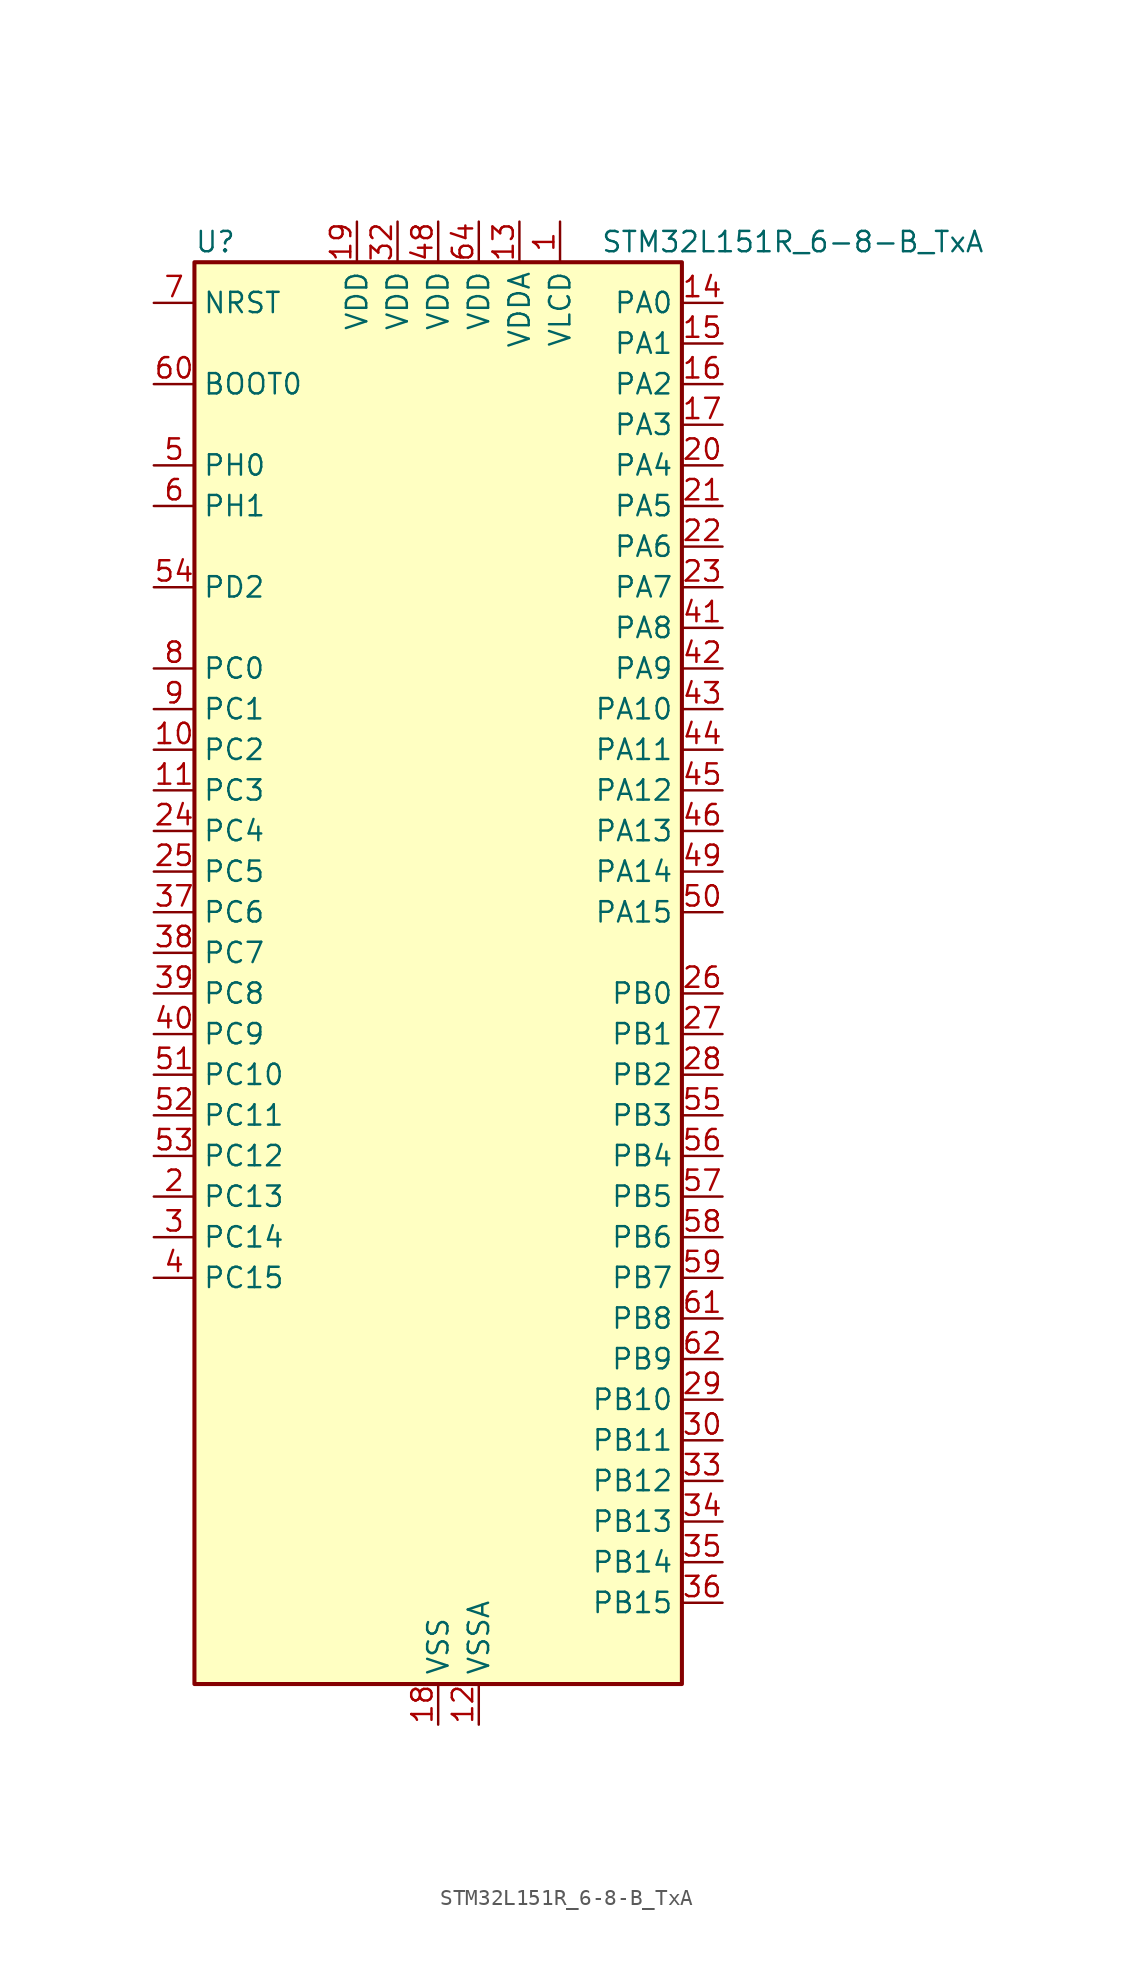
<source format=kicad_sym>
(kicad_symbol_lib
  (version 20220914)
  (generator kicad_symbol_editor)
  (symbol "STM32L151R_6-8-B_TxA"
    (property "Reference" "U"
      (at -15.24 46.99 0)
      (effects (font (size 1.27 1.27)) (justify left)))
    (property "Value" "STM32L151R_6-8-B_TxA"
      (at 10.16 46.99 0)
      (effects (font (size 1.27 1.27)) (justify left)))
    (property "ki_locked" ""
      (at 0 0 0)
      (effects (font (size 1.27 1.27))))
    (symbol "STM32L151R_6-8-B_TxA_0_1"
      (rectangle (start -15.24 -43.18) (end 15.24 45.72) (stroke (width 0.254) (type default)) (fill (type background))))
    (symbol "STM32L151R_6-8-B_TxA_1_1"
      (pin power_in line (at 7.62 48.26 270) (length 2.54) (name "VLCD" (effects (font (size 1.27 1.27)))) (number "1" (effects (font (size 1.27 1.27)))))
      (pin bidirectional line (at -17.78 15.24 0) (length 2.54) (name "PC2" (effects (font (size 1.27 1.27)))) (number "10" (effects (font (size 1.27 1.27)))) (alternate "ADC_IN12" bidirectional line) (alternate "COMP1_INP" bidirectional line) (alternate "TIMX_IC3" bidirectional line) (alternate "TS_G8_IO3" bidirectional line))
      (pin bidirectional line (at -17.78 12.7 0) (length 2.54) (name "PC3" (effects (font (size 1.27 1.27)))) (number "11" (effects (font (size 1.27 1.27)))) (alternate "ADC_IN13" bidirectional line) (alternate "COMP1_INP" bidirectional line) (alternate "TIMX_IC4" bidirectional line) (alternate "TS_G8_IO4" bidirectional line))
      (pin power_in line (at 2.54 -45.72 90) (length 2.54) (name "VSSA" (effects (font (size 1.27 1.27)))) (number "12" (effects (font (size 1.27 1.27)))))
      (pin power_in line (at 5.08 48.26 270) (length 2.54) (name "VDDA" (effects (font (size 1.27 1.27)))) (number "13" (effects (font (size 1.27 1.27)))))
      (pin bidirectional line (at 17.78 43.18 180) (length 2.54) (name "PA0" (effects (font (size 1.27 1.27)))) (number "14" (effects (font (size 1.27 1.27)))) (alternate "ADC_IN0" bidirectional line) (alternate "COMP1_INP" bidirectional line) (alternate "RTC_TAMP2" bidirectional line) (alternate "SYS_WKUP1" bidirectional line) (alternate "TIM2_CH1" bidirectional line) (alternate "TIM2_ETR" bidirectional line) (alternate "TIMX_IC1" bidirectional line) (alternate "TS_G1_IO1" bidirectional line) (alternate "USART2_CTS" bidirectional line))
      (pin bidirectional line (at 17.78 40.64 180) (length 2.54) (name "PA1" (effects (font (size 1.27 1.27)))) (number "15" (effects (font (size 1.27 1.27)))) (alternate "ADC_IN1" bidirectional line) (alternate "COMP1_INP" bidirectional line) (alternate "TIM2_CH2" bidirectional line) (alternate "TIMX_IC2" bidirectional line) (alternate "TS_G1_IO2" bidirectional line) (alternate "USART2_RTS" bidirectional line))
      (pin bidirectional line (at 17.78 38.1 180) (length 2.54) (name "PA2" (effects (font (size 1.27 1.27)))) (number "16" (effects (font (size 1.27 1.27)))) (alternate "ADC_IN2" bidirectional line) (alternate "COMP1_INP" bidirectional line) (alternate "TIM2_CH3" bidirectional line) (alternate "TIM9_CH1" bidirectional line) (alternate "TIMX_IC3" bidirectional line) (alternate "TS_G1_IO3" bidirectional line) (alternate "USART2_TX" bidirectional line))
      (pin bidirectional line (at 17.78 35.56 180) (length 2.54) (name "PA3" (effects (font (size 1.27 1.27)))) (number "17" (effects (font (size 1.27 1.27)))) (alternate "ADC_IN3" bidirectional line) (alternate "COMP1_INP" bidirectional line) (alternate "TIM2_CH4" bidirectional line) (alternate "TIM9_CH2" bidirectional line) (alternate "TIMX_IC4" bidirectional line) (alternate "TS_G1_IO4" bidirectional line) (alternate "USART2_RX" bidirectional line))
      (pin power_in line (at 0 -45.72 90) (length 2.54) (name "VSS" (effects (font (size 1.27 1.27)))) (number "18" (effects (font (size 1.27 1.27)))))
      (pin power_in line (at -5.08 48.26 270) (length 2.54) (name "VDD" (effects (font (size 1.27 1.27)))) (number "19" (effects (font (size 1.27 1.27)))))
      (pin bidirectional line (at -17.78 -12.7 0) (length 2.54) (name "PC13" (effects (font (size 1.27 1.27)))) (number "2" (effects (font (size 1.27 1.27)))) (alternate "RTC_OUT_ALARM" bidirectional line) (alternate "RTC_OUT_CALIB" bidirectional line) (alternate "RTC_TAMP1" bidirectional line) (alternate "RTC_TS" bidirectional line) (alternate "SYS_WKUP2" bidirectional line) (alternate "TIMX_IC2" bidirectional line))
      (pin bidirectional line (at 17.78 33.02 180) (length 2.54) (name "PA4" (effects (font (size 1.27 1.27)))) (number "20" (effects (font (size 1.27 1.27)))) (alternate "ADC_IN4" bidirectional line) (alternate "COMP1_INP" bidirectional line) (alternate "DAC_OUT1" bidirectional line) (alternate "SPI1_NSS" bidirectional line) (alternate "TIMX_IC1" bidirectional line) (alternate "USART2_CK" bidirectional line))
      (pin bidirectional line (at 17.78 30.48 180) (length 2.54) (name "PA5" (effects (font (size 1.27 1.27)))) (number "21" (effects (font (size 1.27 1.27)))) (alternate "ADC_IN5" bidirectional line) (alternate "COMP1_INP" bidirectional line) (alternate "DAC_OUT2" bidirectional line) (alternate "SPI1_SCK" bidirectional line) (alternate "TIM2_CH1" bidirectional line) (alternate "TIM2_ETR" bidirectional line) (alternate "TIMX_IC2" bidirectional line))
      (pin bidirectional line (at 17.78 27.94 180) (length 2.54) (name "PA6" (effects (font (size 1.27 1.27)))) (number "22" (effects (font (size 1.27 1.27)))) (alternate "ADC_IN6" bidirectional line) (alternate "COMP1_INP" bidirectional line) (alternate "SPI1_MISO" bidirectional line) (alternate "TIM10_CH1" bidirectional line) (alternate "TIM3_CH1" bidirectional line) (alternate "TIMX_IC3" bidirectional line) (alternate "TS_G2_IO1" bidirectional line))
      (pin bidirectional line (at 17.78 25.4 180) (length 2.54) (name "PA7" (effects (font (size 1.27 1.27)))) (number "23" (effects (font (size 1.27 1.27)))) (alternate "ADC_IN7" bidirectional line) (alternate "COMP1_INP" bidirectional line) (alternate "SPI1_MOSI" bidirectional line) (alternate "TIM11_CH1" bidirectional line) (alternate "TIM3_CH2" bidirectional line) (alternate "TIMX_IC4" bidirectional line) (alternate "TS_G2_IO2" bidirectional line))
      (pin bidirectional line (at -17.78 10.16 0) (length 2.54) (name "PC4" (effects (font (size 1.27 1.27)))) (number "24" (effects (font (size 1.27 1.27)))) (alternate "ADC_IN14" bidirectional line) (alternate "COMP1_INP" bidirectional line) (alternate "TIMX_IC1" bidirectional line) (alternate "TS_G9_IO1" bidirectional line))
      (pin bidirectional line (at -17.78 7.62 0) (length 2.54) (name "PC5" (effects (font (size 1.27 1.27)))) (number "25" (effects (font (size 1.27 1.27)))) (alternate "ADC_IN15" bidirectional line) (alternate "COMP1_INP" bidirectional line) (alternate "TIMX_IC2" bidirectional line) (alternate "TS_G9_IO2" bidirectional line))
      (pin bidirectional line (at 17.78 0 180) (length 2.54) (name "PB0" (effects (font (size 1.27 1.27)))) (number "26" (effects (font (size 1.27 1.27)))) (alternate "ADC_IN8" bidirectional line) (alternate "COMP1_INP" bidirectional line) (alternate "SYS_V_REF_OUT" bidirectional line) (alternate "TIM3_CH3" bidirectional line) (alternate "TS_G3_IO1" bidirectional line))
      (pin bidirectional line (at 17.78 -2.54 180) (length 2.54) (name "PB1" (effects (font (size 1.27 1.27)))) (number "27" (effects (font (size 1.27 1.27)))) (alternate "ADC_IN9" bidirectional line) (alternate "COMP1_INP" bidirectional line) (alternate "SYS_V_REF_OUT" bidirectional line) (alternate "TIM3_CH4" bidirectional line) (alternate "TS_G3_IO2" bidirectional line))
      (pin bidirectional line (at 17.78 -5.08 180) (length 2.54) (name "PB2" (effects (font (size 1.27 1.27)))) (number "28" (effects (font (size 1.27 1.27)))) (alternate "TS_G3_IO3" bidirectional line))
      (pin bidirectional line (at 17.78 -25.4 180) (length 2.54) (name "PB10" (effects (font (size 1.27 1.27)))) (number "29" (effects (font (size 1.27 1.27)))) (alternate "I2C2_SCL" bidirectional line) (alternate "TIM2_CH3" bidirectional line) (alternate "USART3_TX" bidirectional line))
      (pin bidirectional line (at -17.78 -15.24 0) (length 2.54) (name "PC14" (effects (font (size 1.27 1.27)))) (number "3" (effects (font (size 1.27 1.27)))) (alternate "RCC_OSC32_IN" bidirectional line) (alternate "TIMX_IC3" bidirectional line))
      (pin bidirectional line (at 17.78 -27.94 180) (length 2.54) (name "PB11" (effects (font (size 1.27 1.27)))) (number "30" (effects (font (size 1.27 1.27)))) (alternate "ADC_EXTI11" bidirectional line) (alternate "I2C2_SDA" bidirectional line) (alternate "TIM2_CH4" bidirectional line) (alternate "USART3_RX" bidirectional line))
      (pin passive line (at 0 -45.72 90) (length 2.54) hide (name "VSS" (effects (font (size 1.27 1.27)))) (number "31" (effects (font (size 1.27 1.27)))))
      (pin power_in line (at -2.54 48.26 270) (length 2.54) (name "VDD" (effects (font (size 1.27 1.27)))) (number "32" (effects (font (size 1.27 1.27)))))
      (pin bidirectional line (at 17.78 -30.48 180) (length 2.54) (name "PB12" (effects (font (size 1.27 1.27)))) (number "33" (effects (font (size 1.27 1.27)))) (alternate "ADC_IN18" bidirectional line) (alternate "COMP1_INP" bidirectional line) (alternate "I2C2_SMBA" bidirectional line) (alternate "SPI2_NSS" bidirectional line) (alternate "TIM10_CH1" bidirectional line) (alternate "TS_G7_IO1" bidirectional line) (alternate "USART3_CK" bidirectional line))
      (pin bidirectional line (at 17.78 -33.02 180) (length 2.54) (name "PB13" (effects (font (size 1.27 1.27)))) (number "34" (effects (font (size 1.27 1.27)))) (alternate "ADC_IN19" bidirectional line) (alternate "COMP1_INP" bidirectional line) (alternate "SPI2_SCK" bidirectional line) (alternate "TIM9_CH1" bidirectional line) (alternate "TS_G7_IO2" bidirectional line) (alternate "USART3_CTS" bidirectional line))
      (pin bidirectional line (at 17.78 -35.56 180) (length 2.54) (name "PB14" (effects (font (size 1.27 1.27)))) (number "35" (effects (font (size 1.27 1.27)))) (alternate "ADC_IN20" bidirectional line) (alternate "COMP1_INP" bidirectional line) (alternate "SPI2_MISO" bidirectional line) (alternate "TIM9_CH2" bidirectional line) (alternate "TS_G7_IO3" bidirectional line) (alternate "USART3_RTS" bidirectional line))
      (pin bidirectional line (at 17.78 -38.1 180) (length 2.54) (name "PB15" (effects (font (size 1.27 1.27)))) (number "36" (effects (font (size 1.27 1.27)))) (alternate "ADC_EXTI15" bidirectional line) (alternate "ADC_IN21" bidirectional line) (alternate "COMP1_INP" bidirectional line) (alternate "RTC_REFIN" bidirectional line) (alternate "SPI2_MOSI" bidirectional line) (alternate "TIM11_CH1" bidirectional line) (alternate "TS_G7_IO4" bidirectional line))
      (pin bidirectional line (at -17.78 5.08 0) (length 2.54) (name "PC6" (effects (font (size 1.27 1.27)))) (number "37" (effects (font (size 1.27 1.27)))) (alternate "TIM3_CH1" bidirectional line) (alternate "TIMX_IC3" bidirectional line) (alternate "TS_G10_IO1" bidirectional line))
      (pin bidirectional line (at -17.78 2.54 0) (length 2.54) (name "PC7" (effects (font (size 1.27 1.27)))) (number "38" (effects (font (size 1.27 1.27)))) (alternate "TIM3_CH2" bidirectional line) (alternate "TIMX_IC4" bidirectional line) (alternate "TS_G10_IO2" bidirectional line))
      (pin bidirectional line (at -17.78 0 0) (length 2.54) (name "PC8" (effects (font (size 1.27 1.27)))) (number "39" (effects (font (size 1.27 1.27)))) (alternate "TIM3_CH3" bidirectional line) (alternate "TIMX_IC1" bidirectional line) (alternate "TS_G10_IO3" bidirectional line))
      (pin bidirectional line (at -17.78 -17.78 0) (length 2.54) (name "PC15" (effects (font (size 1.27 1.27)))) (number "4" (effects (font (size 1.27 1.27)))) (alternate "ADC_EXTI15" bidirectional line) (alternate "RCC_OSC32_OUT" bidirectional line) (alternate "TIMX_IC4" bidirectional line))
      (pin bidirectional line (at -17.78 -2.54 0) (length 2.54) (name "PC9" (effects (font (size 1.27 1.27)))) (number "40" (effects (font (size 1.27 1.27)))) (alternate "DAC_EXTI9" bidirectional line) (alternate "TIM3_CH4" bidirectional line) (alternate "TIMX_IC2" bidirectional line) (alternate "TS_G10_IO4" bidirectional line))
      (pin bidirectional line (at 17.78 22.86 180) (length 2.54) (name "PA8" (effects (font (size 1.27 1.27)))) (number "41" (effects (font (size 1.27 1.27)))) (alternate "RCC_MCO" bidirectional line) (alternate "TIMX_IC1" bidirectional line) (alternate "TS_G4_IO1" bidirectional line) (alternate "USART1_CK" bidirectional line))
      (pin bidirectional line (at 17.78 20.32 180) (length 2.54) (name "PA9" (effects (font (size 1.27 1.27)))) (number "42" (effects (font (size 1.27 1.27)))) (alternate "DAC_EXTI9" bidirectional line) (alternate "TIMX_IC2" bidirectional line) (alternate "TS_G4_IO2" bidirectional line) (alternate "USART1_TX" bidirectional line))
      (pin bidirectional line (at 17.78 17.78 180) (length 2.54) (name "PA10" (effects (font (size 1.27 1.27)))) (number "43" (effects (font (size 1.27 1.27)))) (alternate "TIMX_IC3" bidirectional line) (alternate "TS_G4_IO3" bidirectional line) (alternate "USART1_RX" bidirectional line))
      (pin bidirectional line (at 17.78 15.24 180) (length 2.54) (name "PA11" (effects (font (size 1.27 1.27)))) (number "44" (effects (font (size 1.27 1.27)))) (alternate "ADC_EXTI11" bidirectional line) (alternate "SPI1_MISO" bidirectional line) (alternate "TIMX_IC4" bidirectional line) (alternate "USART1_CTS" bidirectional line) (alternate "USB_DM" bidirectional line))
      (pin bidirectional line (at 17.78 12.7 180) (length 2.54) (name "PA12" (effects (font (size 1.27 1.27)))) (number "45" (effects (font (size 1.27 1.27)))) (alternate "SPI1_MOSI" bidirectional line) (alternate "TIMX_IC1" bidirectional line) (alternate "USART1_RTS" bidirectional line) (alternate "USB_DP" bidirectional line))
      (pin bidirectional line (at 17.78 10.16 180) (length 2.54) (name "PA13" (effects (font (size 1.27 1.27)))) (number "46" (effects (font (size 1.27 1.27)))) (alternate "SYS_JTMS-SWDIO" bidirectional line) (alternate "TIMX_IC2" bidirectional line) (alternate "TS_G5_IO1" bidirectional line))
      (pin passive line (at 0 -45.72 90) (length 2.54) hide (name "VSS" (effects (font (size 1.27 1.27)))) (number "47" (effects (font (size 1.27 1.27)))))
      (pin power_in line (at 0 48.26 270) (length 2.54) (name "VDD" (effects (font (size 1.27 1.27)))) (number "48" (effects (font (size 1.27 1.27)))))
      (pin bidirectional line (at 17.78 7.62 180) (length 2.54) (name "PA14" (effects (font (size 1.27 1.27)))) (number "49" (effects (font (size 1.27 1.27)))) (alternate "SYS_JTCK-SWCLK" bidirectional line) (alternate "TIMX_IC3" bidirectional line) (alternate "TS_G5_IO2" bidirectional line))
      (pin bidirectional line (at -17.78 33.02 0) (length 2.54) (name "PH0" (effects (font (size 1.27 1.27)))) (number "5" (effects (font (size 1.27 1.27)))) (alternate "RCC_OSC_IN" bidirectional line))
      (pin bidirectional line (at 17.78 5.08 180) (length 2.54) (name "PA15" (effects (font (size 1.27 1.27)))) (number "50" (effects (font (size 1.27 1.27)))) (alternate "ADC_EXTI15" bidirectional line) (alternate "SPI1_NSS" bidirectional line) (alternate "SYS_JTDI" bidirectional line) (alternate "TIM2_CH1" bidirectional line) (alternate "TIM2_ETR" bidirectional line) (alternate "TIMX_IC4" bidirectional line) (alternate "TS_G5_IO3" bidirectional line))
      (pin bidirectional line (at -17.78 -5.08 0) (length 2.54) (name "PC10" (effects (font (size 1.27 1.27)))) (number "51" (effects (font (size 1.27 1.27)))) (alternate "TIMX_IC3" bidirectional line) (alternate "USART3_TX" bidirectional line))
      (pin bidirectional line (at -17.78 -7.62 0) (length 2.54) (name "PC11" (effects (font (size 1.27 1.27)))) (number "52" (effects (font (size 1.27 1.27)))) (alternate "ADC_EXTI11" bidirectional line) (alternate "TIMX_IC4" bidirectional line) (alternate "USART3_RX" bidirectional line))
      (pin bidirectional line (at -17.78 -10.16 0) (length 2.54) (name "PC12" (effects (font (size 1.27 1.27)))) (number "53" (effects (font (size 1.27 1.27)))) (alternate "TIMX_IC1" bidirectional line) (alternate "USART3_CK" bidirectional line))
      (pin bidirectional line (at -17.78 25.4 0) (length 2.54) (name "PD2" (effects (font (size 1.27 1.27)))) (number "54" (effects (font (size 1.27 1.27)))) (alternate "TIM3_ETR" bidirectional line) (alternate "TIMX_IC3" bidirectional line))
      (pin bidirectional line (at 17.78 -7.62 180) (length 2.54) (name "PB3" (effects (font (size 1.27 1.27)))) (number "55" (effects (font (size 1.27 1.27)))) (alternate "COMP2_INM" bidirectional line) (alternate "SPI1_SCK" bidirectional line) (alternate "SYS_JTDO-TRACESWO" bidirectional line) (alternate "TIM2_CH2" bidirectional line))
      (pin bidirectional line (at 17.78 -10.16 180) (length 2.54) (name "PB4" (effects (font (size 1.27 1.27)))) (number "56" (effects (font (size 1.27 1.27)))) (alternate "COMP2_INP" bidirectional line) (alternate "SPI1_MISO" bidirectional line) (alternate "SYS_JTRST" bidirectional line) (alternate "TIM3_CH1" bidirectional line) (alternate "TS_G6_IO1" bidirectional line))
      (pin bidirectional line (at 17.78 -12.7 180) (length 2.54) (name "PB5" (effects (font (size 1.27 1.27)))) (number "57" (effects (font (size 1.27 1.27)))) (alternate "COMP2_INP" bidirectional line) (alternate "I2C1_SMBA" bidirectional line) (alternate "SPI1_MOSI" bidirectional line) (alternate "TIM3_CH2" bidirectional line) (alternate "TS_G6_IO2" bidirectional line))
      (pin bidirectional line (at 17.78 -15.24 180) (length 2.54) (name "PB6" (effects (font (size 1.27 1.27)))) (number "58" (effects (font (size 1.27 1.27)))) (alternate "I2C1_SCL" bidirectional line) (alternate "TIM4_CH1" bidirectional line) (alternate "TS_G6_IO3" bidirectional line) (alternate "USART1_TX" bidirectional line))
      (pin bidirectional line (at 17.78 -17.78 180) (length 2.54) (name "PB7" (effects (font (size 1.27 1.27)))) (number "59" (effects (font (size 1.27 1.27)))) (alternate "I2C1_SDA" bidirectional line) (alternate "SYS_PVD_IN" bidirectional line) (alternate "TIM4_CH2" bidirectional line) (alternate "TS_G6_IO4" bidirectional line) (alternate "USART1_RX" bidirectional line))
      (pin bidirectional line (at -17.78 30.48 0) (length 2.54) (name "PH1" (effects (font (size 1.27 1.27)))) (number "6" (effects (font (size 1.27 1.27)))) (alternate "RCC_OSC_OUT" bidirectional line))
      (pin input line (at -17.78 38.1 0) (length 2.54) (name "BOOT0" (effects (font (size 1.27 1.27)))) (number "60" (effects (font (size 1.27 1.27)))))
      (pin bidirectional line (at 17.78 -20.32 180) (length 2.54) (name "PB8" (effects (font (size 1.27 1.27)))) (number "61" (effects (font (size 1.27 1.27)))) (alternate "I2C1_SCL" bidirectional line) (alternate "TIM10_CH1" bidirectional line) (alternate "TIM4_CH3" bidirectional line))
      (pin bidirectional line (at 17.78 -22.86 180) (length 2.54) (name "PB9" (effects (font (size 1.27 1.27)))) (number "62" (effects (font (size 1.27 1.27)))) (alternate "DAC_EXTI9" bidirectional line) (alternate "I2C1_SDA" bidirectional line) (alternate "TIM11_CH1" bidirectional line) (alternate "TIM4_CH4" bidirectional line))
      (pin passive line (at 0 -45.72 90) (length 2.54) hide (name "VSS" (effects (font (size 1.27 1.27)))) (number "63" (effects (font (size 1.27 1.27)))))
      (pin power_in line (at 2.54 48.26 270) (length 2.54) (name "VDD" (effects (font (size 1.27 1.27)))) (number "64" (effects (font (size 1.27 1.27)))))
      (pin input line (at -17.78 43.18 0) (length 2.54) (name "NRST" (effects (font (size 1.27 1.27)))) (number "7" (effects (font (size 1.27 1.27)))))
      (pin bidirectional line (at -17.78 20.32 0) (length 2.54) (name "PC0" (effects (font (size 1.27 1.27)))) (number "8" (effects (font (size 1.27 1.27)))) (alternate "ADC_IN10" bidirectional line) (alternate "COMP1_INP" bidirectional line) (alternate "TIMX_IC1" bidirectional line) (alternate "TS_G8_IO1" bidirectional line))
      (pin bidirectional line (at -17.78 17.78 0) (length 2.54) (name "PC1" (effects (font (size 1.27 1.27)))) (number "9" (effects (font (size 1.27 1.27)))) (alternate "ADC_IN11" bidirectional line) (alternate "COMP1_INP" bidirectional line) (alternate "TIMX_IC2" bidirectional line) (alternate "TS_G8_IO2" bidirectional line)))))
</source>
